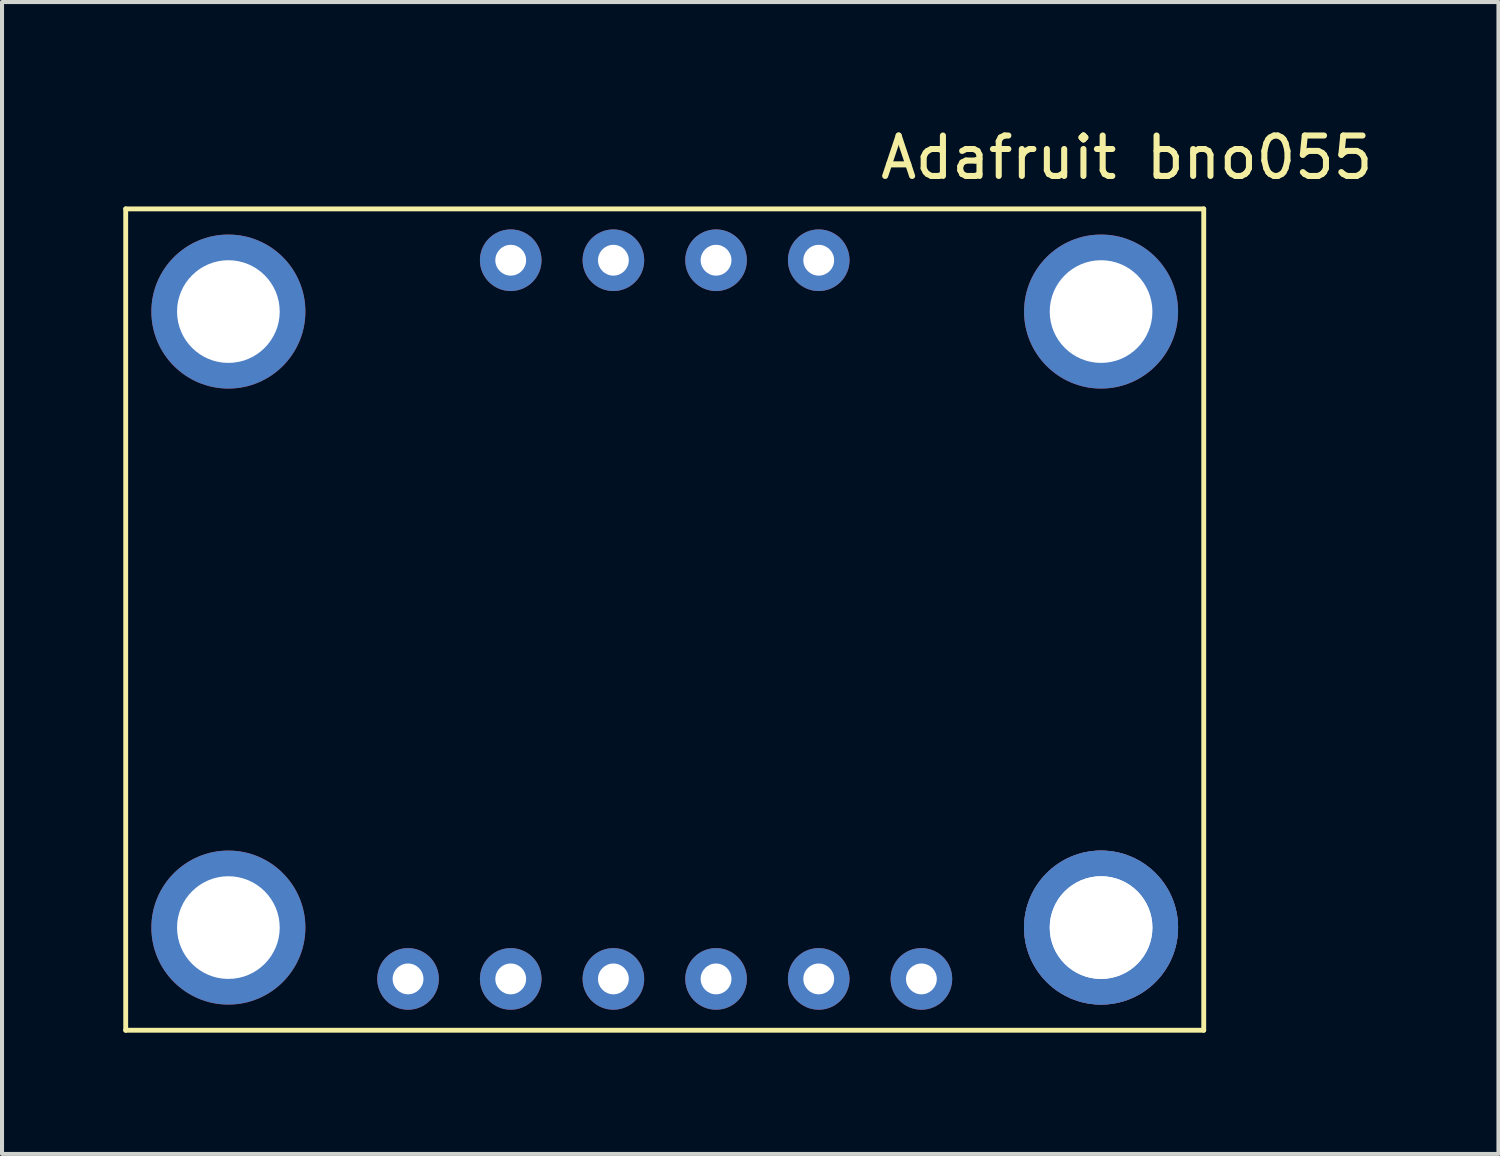
<source format=kicad_pcb>
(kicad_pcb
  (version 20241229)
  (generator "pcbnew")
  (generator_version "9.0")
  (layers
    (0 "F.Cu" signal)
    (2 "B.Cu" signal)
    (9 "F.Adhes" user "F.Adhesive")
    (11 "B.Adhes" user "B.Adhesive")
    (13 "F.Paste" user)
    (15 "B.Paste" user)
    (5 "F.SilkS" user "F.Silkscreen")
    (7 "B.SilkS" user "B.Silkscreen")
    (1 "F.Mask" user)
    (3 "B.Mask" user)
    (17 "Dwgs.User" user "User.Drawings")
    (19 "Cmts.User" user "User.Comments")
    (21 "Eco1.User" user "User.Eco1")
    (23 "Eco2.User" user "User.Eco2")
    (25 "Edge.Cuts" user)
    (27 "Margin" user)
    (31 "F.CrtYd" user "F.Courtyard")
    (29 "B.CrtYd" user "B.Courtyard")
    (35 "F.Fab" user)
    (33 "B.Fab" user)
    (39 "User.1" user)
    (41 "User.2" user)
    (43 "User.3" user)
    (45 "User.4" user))
  (footprint "Adafruit bno055"
    (layer "F.Cu")
    (at 13.395 12.278)
    (property "Reference" "Adafruit bno055" (at 11.43 -11.43 0) (layer "F.SilkS") (effects (font (size 1 1) (thickness 0.15))))
    (attr through_hole)
    (fp_line (start -13.335 -10.16) (end -13.335 10.16) (stroke (width 0.12) (type solid)) (layer "F.SilkS"))
    (fp_line (start -13.335 10.16) (end 13.335 10.16) (stroke (width 0.12) (type solid)) (layer "F.SilkS"))
    (fp_line (start 13.335 -10.16) (end -13.335 -10.16) (stroke (width 0.12) (type solid)) (layer "F.SilkS"))
    (fp_line (start 13.335 10.16) (end 13.335 -10.16) (stroke (width 0.12) (type solid)) (layer "F.SilkS"))
    (pad "1" thru_hole circle (at -3.81 -8.89) (size 1.524 1.524) (drill 0.762) (layers "*.Cu" "*.Mask"))
    (pad "2" thru_hole circle (at -1.27 -8.89) (size 1.524 1.524) (drill 0.762) (layers "*.Cu" "*.Mask"))
    (pad "3" thru_hole circle (at 1.27 -8.89) (size 1.524 1.524) (drill 0.762) (layers "*.Cu" "*.Mask"))
    (pad "4" thru_hole circle (at 3.81 -8.89) (size 1.524 1.524) (drill 0.762) (layers "*.Cu" "*.Mask"))
    (pad "5" thru_hole circle (at -6.35 8.89) (size 1.524 1.524) (drill 0.762) (layers "*.Cu" "*.Mask"))
    (pad "6" thru_hole circle (at -3.81 8.89) (size 1.524 1.524) (drill 0.762) (layers "*.Cu" "*.Mask"))
    (pad "7" thru_hole circle (at -1.27 8.89) (size 1.524 1.524) (drill 0.762) (layers "*.Cu" "*.Mask"))
    (pad "8" thru_hole circle (at 1.27 8.89) (size 1.524 1.524) (drill 0.762) (layers "*.Cu" "*.Mask"))
    (pad "9" thru_hole circle (at 3.81 8.89) (size 1.524 1.524) (drill 0.762) (layers "*.Cu" "*.Mask"))
    (pad "10" thru_hole circle (at 6.35 8.89) (size 1.524 1.524) (drill 0.762) (layers "*.Cu" "*.Mask"))
    (pad "11" thru_hole circle (at -10.795 -7.62) (size 3.81 3.81) (drill 2.54) (layers "*.Cu" "*.Mask"))
    (pad "11" thru_hole circle (at -10.795 7.62) (size 3.81 3.81) (drill 2.54) (layers "*.Cu" "*.Mask"))
    (pad "11" thru_hole circle (at 10.795 -7.62) (size 3.81 3.81) (drill 2.54) (layers "*.Cu" "*.Mask"))
    (pad "11" thru_hole circle (at 10.795 7.62) (size 3.81 3.81) (drill 2.54) (layers "*.Cu" "*.Mask"))
    (pad "11" thru_hole circle (at 10.795 7.62) (size 3.81 3.81) (drill 2.54) (layers "*.Cu" "*.Mask")))
  (gr_rect
    (start -3 -3)
    (end 34.021 25.498)
    (stroke (width 0.1) (type default))
    (fill no)
    (layer "Edge.Cuts")))
</source>
